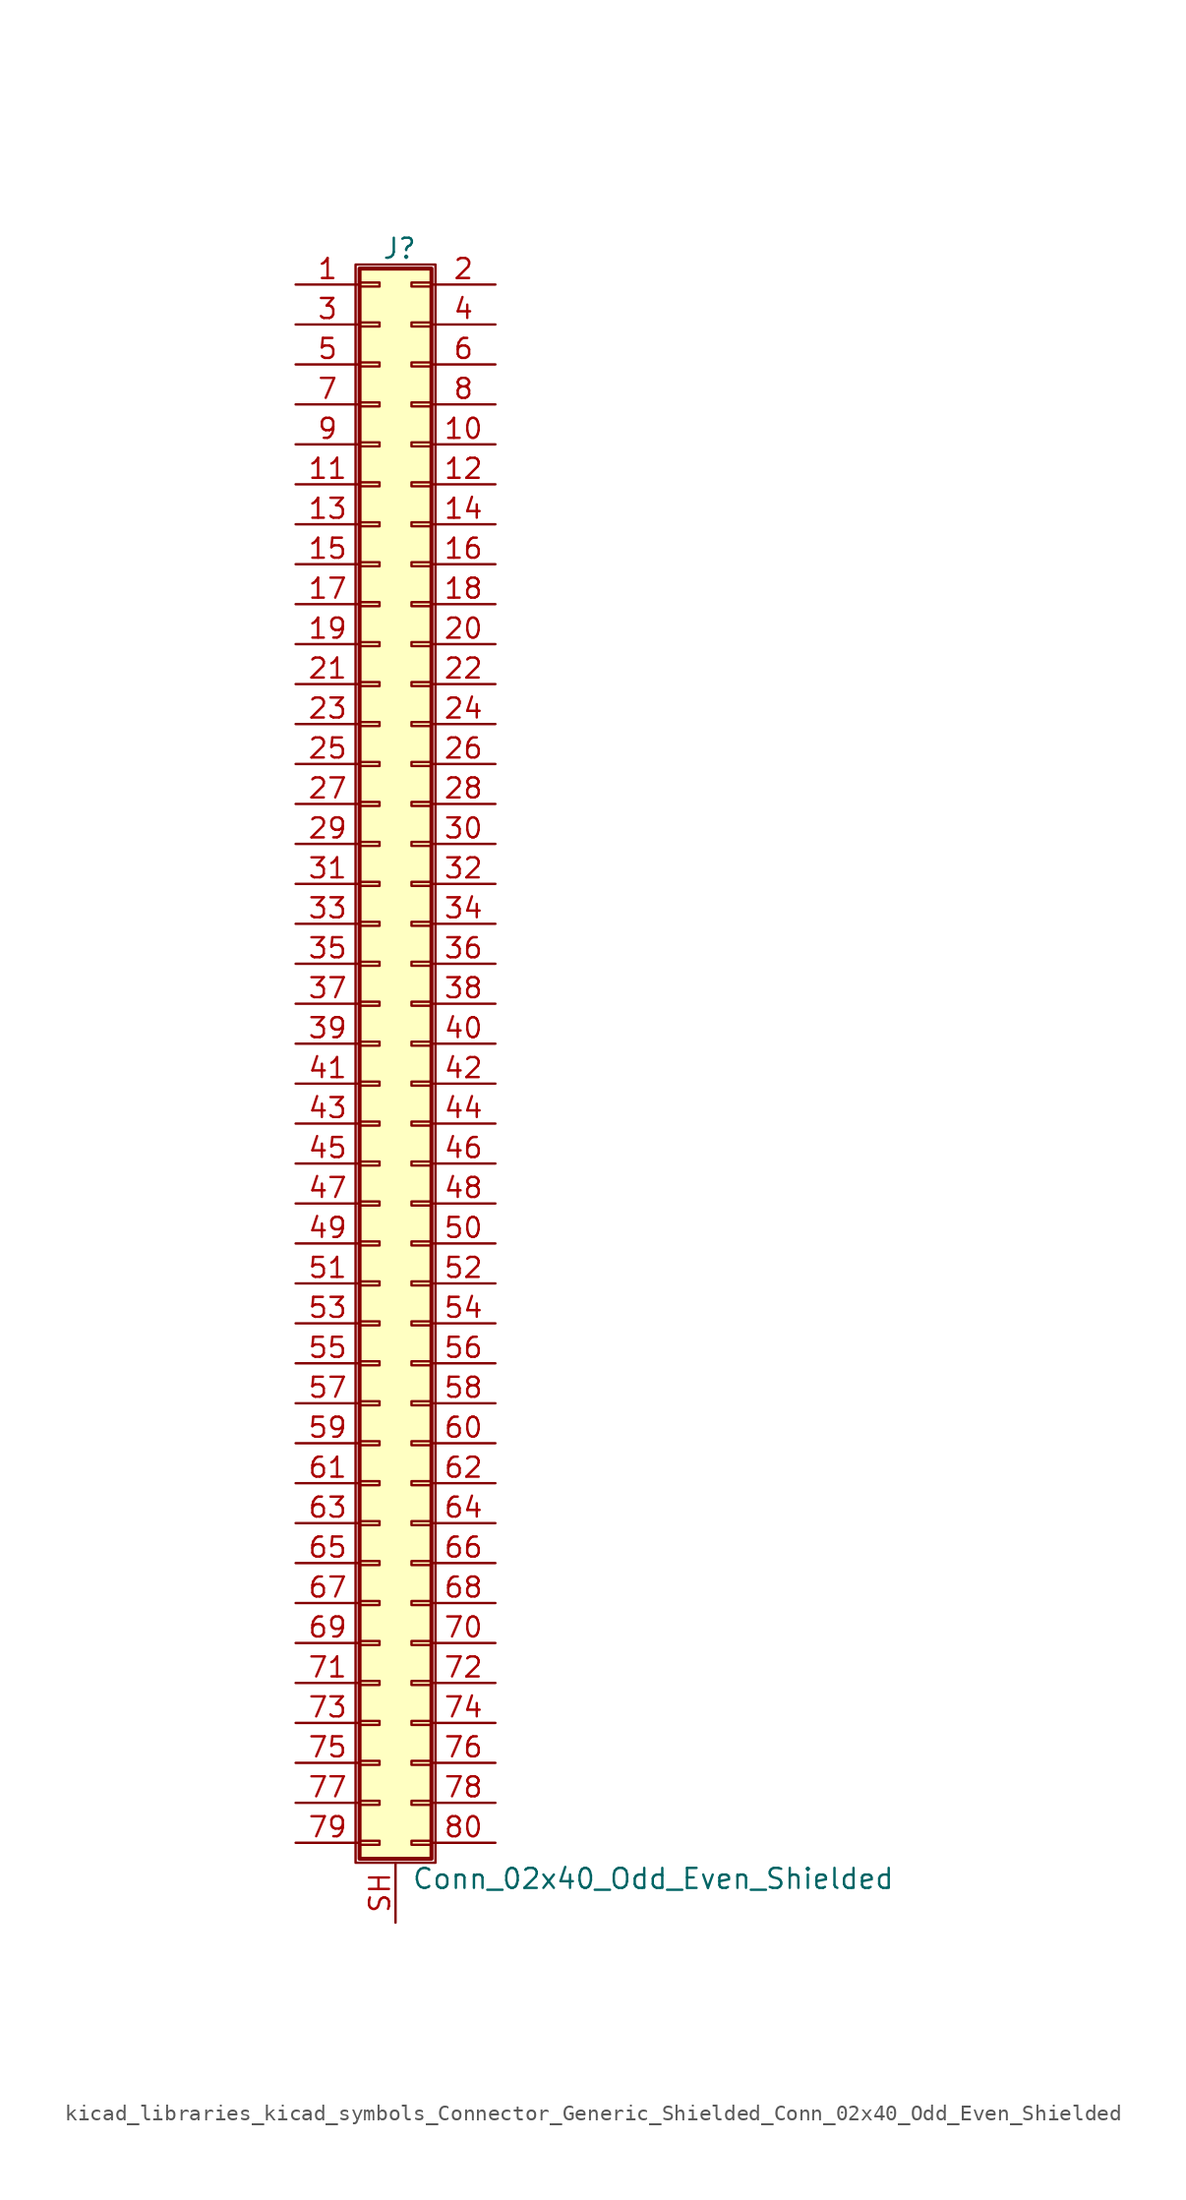
<source format=kicad_sym>
(kicad_symbol_lib
  (version 20220914)
  (generator kicad_symbol_editor)
  (symbol "kicad_libraries_kicad_symbols_Connector_Generic_Shielded_Conn_02x40_Odd_Even_Shielded"
    (pin_names
      (offset 1.016) hide)
    (property "Reference" "J"
      (at 1.524 50.546 0)
      (effects (font (size 1.27 1.27))))
    (property "Value" "Conn_02x40_Odd_Even_Shielded"
      (at 2.286 -53.086 0)
      (effects (font (size 1.27 1.27)) (justify left)))
    (symbol "kicad_libraries_kicad_symbols_Connector_Generic_Shielded_Conn_02x40_Odd_Even_Shielded_1_1"
      (rectangle (start -1.27 49.53) (end 3.81 -52.07) (stroke (width 0.152) (type default)) (fill (type none)))
      (rectangle (start -1.016 -50.673) (end 0.254 -50.927) (stroke (width 0.152) (type default)) (fill (type none)))
      (rectangle (start -1.016 -48.133) (end 0.254 -48.387) (stroke (width 0.152) (type default)) (fill (type none)))
      (rectangle (start -1.016 -45.593) (end 0.254 -45.847) (stroke (width 0.152) (type default)) (fill (type none)))
      (rectangle (start -1.016 -43.053) (end 0.254 -43.307) (stroke (width 0.152) (type default)) (fill (type none)))
      (rectangle (start -1.016 -40.513) (end 0.254 -40.767) (stroke (width 0.152) (type default)) (fill (type none)))
      (rectangle (start -1.016 -37.973) (end 0.254 -38.227) (stroke (width 0.152) (type default)) (fill (type none)))
      (rectangle (start -1.016 -35.433) (end 0.254 -35.687) (stroke (width 0.152) (type default)) (fill (type none)))
      (rectangle (start -1.016 -32.893) (end 0.254 -33.147) (stroke (width 0.152) (type default)) (fill (type none)))
      (rectangle (start -1.016 -30.353) (end 0.254 -30.607) (stroke (width 0.152) (type default)) (fill (type none)))
      (rectangle (start -1.016 -27.813) (end 0.254 -28.067) (stroke (width 0.152) (type default)) (fill (type none)))
      (rectangle (start -1.016 -25.273) (end 0.254 -25.527) (stroke (width 0.152) (type default)) (fill (type none)))
      (rectangle (start -1.016 -22.733) (end 0.254 -22.987) (stroke (width 0.152) (type default)) (fill (type none)))
      (rectangle (start -1.016 -20.193) (end 0.254 -20.447) (stroke (width 0.152) (type default)) (fill (type none)))
      (rectangle (start -1.016 -17.653) (end 0.254 -17.907) (stroke (width 0.152) (type default)) (fill (type none)))
      (rectangle (start -1.016 -15.113) (end 0.254 -15.367) (stroke (width 0.152) (type default)) (fill (type none)))
      (rectangle (start -1.016 -12.573) (end 0.254 -12.827) (stroke (width 0.152) (type default)) (fill (type none)))
      (rectangle (start -1.016 -10.033) (end 0.254 -10.287) (stroke (width 0.152) (type default)) (fill (type none)))
      (rectangle (start -1.016 -7.493) (end 0.254 -7.747) (stroke (width 0.152) (type default)) (fill (type none)))
      (rectangle (start -1.016 -4.953) (end 0.254 -5.207) (stroke (width 0.152) (type default)) (fill (type none)))
      (rectangle (start -1.016 -2.413) (end 0.254 -2.667) (stroke (width 0.152) (type default)) (fill (type none)))
      (rectangle (start -1.016 0.127) (end 0.254 -0.127) (stroke (width 0.152) (type default)) (fill (type none)))
      (rectangle (start -1.016 2.667) (end 0.254 2.413) (stroke (width 0.152) (type default)) (fill (type none)))
      (rectangle (start -1.016 5.207) (end 0.254 4.953) (stroke (width 0.152) (type default)) (fill (type none)))
      (rectangle (start -1.016 7.747) (end 0.254 7.493) (stroke (width 0.152) (type default)) (fill (type none)))
      (rectangle (start -1.016 10.287) (end 0.254 10.033) (stroke (width 0.152) (type default)) (fill (type none)))
      (rectangle (start -1.016 12.827) (end 0.254 12.573) (stroke (width 0.152) (type default)) (fill (type none)))
      (rectangle (start -1.016 15.367) (end 0.254 15.113) (stroke (width 0.152) (type default)) (fill (type none)))
      (rectangle (start -1.016 17.907) (end 0.254 17.653) (stroke (width 0.152) (type default)) (fill (type none)))
      (rectangle (start -1.016 20.447) (end 0.254 20.193) (stroke (width 0.152) (type default)) (fill (type none)))
      (rectangle (start -1.016 22.987) (end 0.254 22.733) (stroke (width 0.152) (type default)) (fill (type none)))
      (rectangle (start -1.016 25.527) (end 0.254 25.273) (stroke (width 0.152) (type default)) (fill (type none)))
      (rectangle (start -1.016 28.067) (end 0.254 27.813) (stroke (width 0.152) (type default)) (fill (type none)))
      (rectangle (start -1.016 30.607) (end 0.254 30.353) (stroke (width 0.152) (type default)) (fill (type none)))
      (rectangle (start -1.016 33.147) (end 0.254 32.893) (stroke (width 0.152) (type default)) (fill (type none)))
      (rectangle (start -1.016 35.687) (end 0.254 35.433) (stroke (width 0.152) (type default)) (fill (type none)))
      (rectangle (start -1.016 38.227) (end 0.254 37.973) (stroke (width 0.152) (type default)) (fill (type none)))
      (rectangle (start -1.016 40.767) (end 0.254 40.513) (stroke (width 0.152) (type default)) (fill (type none)))
      (rectangle (start -1.016 43.307) (end 0.254 43.053) (stroke (width 0.152) (type default)) (fill (type none)))
      (rectangle (start -1.016 45.847) (end 0.254 45.593) (stroke (width 0.152) (type default)) (fill (type none)))
      (rectangle (start -1.016 48.387) (end 0.254 48.133) (stroke (width 0.152) (type default)) (fill (type none)))
      (rectangle (start -1.016 49.276) (end 3.556 -51.816) (stroke (width 0.254) (type default)) (fill (type background)))
      (rectangle (start 3.556 -50.673) (end 2.286 -50.927) (stroke (width 0.152) (type default)) (fill (type none)))
      (rectangle (start 3.556 -48.133) (end 2.286 -48.387) (stroke (width 0.152) (type default)) (fill (type none)))
      (rectangle (start 3.556 -45.593) (end 2.286 -45.847) (stroke (width 0.152) (type default)) (fill (type none)))
      (rectangle (start 3.556 -43.053) (end 2.286 -43.307) (stroke (width 0.152) (type default)) (fill (type none)))
      (rectangle (start 3.556 -40.513) (end 2.286 -40.767) (stroke (width 0.152) (type default)) (fill (type none)))
      (rectangle (start 3.556 -37.973) (end 2.286 -38.227) (stroke (width 0.152) (type default)) (fill (type none)))
      (rectangle (start 3.556 -35.433) (end 2.286 -35.687) (stroke (width 0.152) (type default)) (fill (type none)))
      (rectangle (start 3.556 -32.893) (end 2.286 -33.147) (stroke (width 0.152) (type default)) (fill (type none)))
      (rectangle (start 3.556 -30.353) (end 2.286 -30.607) (stroke (width 0.152) (type default)) (fill (type none)))
      (rectangle (start 3.556 -27.813) (end 2.286 -28.067) (stroke (width 0.152) (type default)) (fill (type none)))
      (rectangle (start 3.556 -25.273) (end 2.286 -25.527) (stroke (width 0.152) (type default)) (fill (type none)))
      (rectangle (start 3.556 -22.733) (end 2.286 -22.987) (stroke (width 0.152) (type default)) (fill (type none)))
      (rectangle (start 3.556 -20.193) (end 2.286 -20.447) (stroke (width 0.152) (type default)) (fill (type none)))
      (rectangle (start 3.556 -17.653) (end 2.286 -17.907) (stroke (width 0.152) (type default)) (fill (type none)))
      (rectangle (start 3.556 -15.113) (end 2.286 -15.367) (stroke (width 0.152) (type default)) (fill (type none)))
      (rectangle (start 3.556 -12.573) (end 2.286 -12.827) (stroke (width 0.152) (type default)) (fill (type none)))
      (rectangle (start 3.556 -10.033) (end 2.286 -10.287) (stroke (width 0.152) (type default)) (fill (type none)))
      (rectangle (start 3.556 -7.493) (end 2.286 -7.747) (stroke (width 0.152) (type default)) (fill (type none)))
      (rectangle (start 3.556 -4.953) (end 2.286 -5.207) (stroke (width 0.152) (type default)) (fill (type none)))
      (rectangle (start 3.556 -2.413) (end 2.286 -2.667) (stroke (width 0.152) (type default)) (fill (type none)))
      (rectangle (start 3.556 0.127) (end 2.286 -0.127) (stroke (width 0.152) (type default)) (fill (type none)))
      (rectangle (start 3.556 2.667) (end 2.286 2.413) (stroke (width 0.152) (type default)) (fill (type none)))
      (rectangle (start 3.556 5.207) (end 2.286 4.953) (stroke (width 0.152) (type default)) (fill (type none)))
      (rectangle (start 3.556 7.747) (end 2.286 7.493) (stroke (width 0.152) (type default)) (fill (type none)))
      (rectangle (start 3.556 10.287) (end 2.286 10.033) (stroke (width 0.152) (type default)) (fill (type none)))
      (rectangle (start 3.556 12.827) (end 2.286 12.573) (stroke (width 0.152) (type default)) (fill (type none)))
      (rectangle (start 3.556 15.367) (end 2.286 15.113) (stroke (width 0.152) (type default)) (fill (type none)))
      (rectangle (start 3.556 17.907) (end 2.286 17.653) (stroke (width 0.152) (type default)) (fill (type none)))
      (rectangle (start 3.556 20.447) (end 2.286 20.193) (stroke (width 0.152) (type default)) (fill (type none)))
      (rectangle (start 3.556 22.987) (end 2.286 22.733) (stroke (width 0.152) (type default)) (fill (type none)))
      (rectangle (start 3.556 25.527) (end 2.286 25.273) (stroke (width 0.152) (type default)) (fill (type none)))
      (rectangle (start 3.556 28.067) (end 2.286 27.813) (stroke (width 0.152) (type default)) (fill (type none)))
      (rectangle (start 3.556 30.607) (end 2.286 30.353) (stroke (width 0.152) (type default)) (fill (type none)))
      (rectangle (start 3.556 33.147) (end 2.286 32.893) (stroke (width 0.152) (type default)) (fill (type none)))
      (rectangle (start 3.556 35.687) (end 2.286 35.433) (stroke (width 0.152) (type default)) (fill (type none)))
      (rectangle (start 3.556 38.227) (end 2.286 37.973) (stroke (width 0.152) (type default)) (fill (type none)))
      (rectangle (start 3.556 40.767) (end 2.286 40.513) (stroke (width 0.152) (type default)) (fill (type none)))
      (rectangle (start 3.556 43.307) (end 2.286 43.053) (stroke (width 0.152) (type default)) (fill (type none)))
      (rectangle (start 3.556 45.847) (end 2.286 45.593) (stroke (width 0.152) (type default)) (fill (type none)))
      (rectangle (start 3.556 48.387) (end 2.286 48.133) (stroke (width 0.152) (type default)) (fill (type none)))
      (pin passive line (at -5.08 48.26 0) (length 4.064) (name "Pin_1" (effects (font (size 1.27 1.27)))) (number "1" (effects (font (size 1.27 1.27)))))
      (pin passive line (at 7.62 38.1 180) (length 4.064) (name "Pin_10" (effects (font (size 1.27 1.27)))) (number "10" (effects (font (size 1.27 1.27)))))
      (pin passive line (at -5.08 35.56 0) (length 4.064) (name "Pin_11" (effects (font (size 1.27 1.27)))) (number "11" (effects (font (size 1.27 1.27)))))
      (pin passive line (at 7.62 35.56 180) (length 4.064) (name "Pin_12" (effects (font (size 1.27 1.27)))) (number "12" (effects (font (size 1.27 1.27)))))
      (pin passive line (at -5.08 33.02 0) (length 4.064) (name "Pin_13" (effects (font (size 1.27 1.27)))) (number "13" (effects (font (size 1.27 1.27)))))
      (pin passive line (at 7.62 33.02 180) (length 4.064) (name "Pin_14" (effects (font (size 1.27 1.27)))) (number "14" (effects (font (size 1.27 1.27)))))
      (pin passive line (at -5.08 30.48 0) (length 4.064) (name "Pin_15" (effects (font (size 1.27 1.27)))) (number "15" (effects (font (size 1.27 1.27)))))
      (pin passive line (at 7.62 30.48 180) (length 4.064) (name "Pin_16" (effects (font (size 1.27 1.27)))) (number "16" (effects (font (size 1.27 1.27)))))
      (pin passive line (at -5.08 27.94 0) (length 4.064) (name "Pin_17" (effects (font (size 1.27 1.27)))) (number "17" (effects (font (size 1.27 1.27)))))
      (pin passive line (at 7.62 27.94 180) (length 4.064) (name "Pin_18" (effects (font (size 1.27 1.27)))) (number "18" (effects (font (size 1.27 1.27)))))
      (pin passive line (at -5.08 25.4 0) (length 4.064) (name "Pin_19" (effects (font (size 1.27 1.27)))) (number "19" (effects (font (size 1.27 1.27)))))
      (pin passive line (at 7.62 48.26 180) (length 4.064) (name "Pin_2" (effects (font (size 1.27 1.27)))) (number "2" (effects (font (size 1.27 1.27)))))
      (pin passive line (at 7.62 25.4 180) (length 4.064) (name "Pin_20" (effects (font (size 1.27 1.27)))) (number "20" (effects (font (size 1.27 1.27)))))
      (pin passive line (at -5.08 22.86 0) (length 4.064) (name "Pin_21" (effects (font (size 1.27 1.27)))) (number "21" (effects (font (size 1.27 1.27)))))
      (pin passive line (at 7.62 22.86 180) (length 4.064) (name "Pin_22" (effects (font (size 1.27 1.27)))) (number "22" (effects (font (size 1.27 1.27)))))
      (pin passive line (at -5.08 20.32 0) (length 4.064) (name "Pin_23" (effects (font (size 1.27 1.27)))) (number "23" (effects (font (size 1.27 1.27)))))
      (pin passive line (at 7.62 20.32 180) (length 4.064) (name "Pin_24" (effects (font (size 1.27 1.27)))) (number "24" (effects (font (size 1.27 1.27)))))
      (pin passive line (at -5.08 17.78 0) (length 4.064) (name "Pin_25" (effects (font (size 1.27 1.27)))) (number "25" (effects (font (size 1.27 1.27)))))
      (pin passive line (at 7.62 17.78 180) (length 4.064) (name "Pin_26" (effects (font (size 1.27 1.27)))) (number "26" (effects (font (size 1.27 1.27)))))
      (pin passive line (at -5.08 15.24 0) (length 4.064) (name "Pin_27" (effects (font (size 1.27 1.27)))) (number "27" (effects (font (size 1.27 1.27)))))
      (pin passive line (at 7.62 15.24 180) (length 4.064) (name "Pin_28" (effects (font (size 1.27 1.27)))) (number "28" (effects (font (size 1.27 1.27)))))
      (pin passive line (at -5.08 12.7 0) (length 4.064) (name "Pin_29" (effects (font (size 1.27 1.27)))) (number "29" (effects (font (size 1.27 1.27)))))
      (pin passive line (at -5.08 45.72 0) (length 4.064) (name "Pin_3" (effects (font (size 1.27 1.27)))) (number "3" (effects (font (size 1.27 1.27)))))
      (pin passive line (at 7.62 12.7 180) (length 4.064) (name "Pin_30" (effects (font (size 1.27 1.27)))) (number "30" (effects (font (size 1.27 1.27)))))
      (pin passive line (at -5.08 10.16 0) (length 4.064) (name "Pin_31" (effects (font (size 1.27 1.27)))) (number "31" (effects (font (size 1.27 1.27)))))
      (pin passive line (at 7.62 10.16 180) (length 4.064) (name "Pin_32" (effects (font (size 1.27 1.27)))) (number "32" (effects (font (size 1.27 1.27)))))
      (pin passive line (at -5.08 7.62 0) (length 4.064) (name "Pin_33" (effects (font (size 1.27 1.27)))) (number "33" (effects (font (size 1.27 1.27)))))
      (pin passive line (at 7.62 7.62 180) (length 4.064) (name "Pin_34" (effects (font (size 1.27 1.27)))) (number "34" (effects (font (size 1.27 1.27)))))
      (pin passive line (at -5.08 5.08 0) (length 4.064) (name "Pin_35" (effects (font (size 1.27 1.27)))) (number "35" (effects (font (size 1.27 1.27)))))
      (pin passive line (at 7.62 5.08 180) (length 4.064) (name "Pin_36" (effects (font (size 1.27 1.27)))) (number "36" (effects (font (size 1.27 1.27)))))
      (pin passive line (at -5.08 2.54 0) (length 4.064) (name "Pin_37" (effects (font (size 1.27 1.27)))) (number "37" (effects (font (size 1.27 1.27)))))
      (pin passive line (at 7.62 2.54 180) (length 4.064) (name "Pin_38" (effects (font (size 1.27 1.27)))) (number "38" (effects (font (size 1.27 1.27)))))
      (pin passive line (at -5.08 0 0) (length 4.064) (name "Pin_39" (effects (font (size 1.27 1.27)))) (number "39" (effects (font (size 1.27 1.27)))))
      (pin passive line (at 7.62 45.72 180) (length 4.064) (name "Pin_4" (effects (font (size 1.27 1.27)))) (number "4" (effects (font (size 1.27 1.27)))))
      (pin passive line (at 7.62 0 180) (length 4.064) (name "Pin_40" (effects (font (size 1.27 1.27)))) (number "40" (effects (font (size 1.27 1.27)))))
      (pin passive line (at -5.08 -2.54 0) (length 4.064) (name "Pin_41" (effects (font (size 1.27 1.27)))) (number "41" (effects (font (size 1.27 1.27)))))
      (pin passive line (at 7.62 -2.54 180) (length 4.064) (name "Pin_42" (effects (font (size 1.27 1.27)))) (number "42" (effects (font (size 1.27 1.27)))))
      (pin passive line (at -5.08 -5.08 0) (length 4.064) (name "Pin_43" (effects (font (size 1.27 1.27)))) (number "43" (effects (font (size 1.27 1.27)))))
      (pin passive line (at 7.62 -5.08 180) (length 4.064) (name "Pin_44" (effects (font (size 1.27 1.27)))) (number "44" (effects (font (size 1.27 1.27)))))
      (pin passive line (at -5.08 -7.62 0) (length 4.064) (name "Pin_45" (effects (font (size 1.27 1.27)))) (number "45" (effects (font (size 1.27 1.27)))))
      (pin passive line (at 7.62 -7.62 180) (length 4.064) (name "Pin_46" (effects (font (size 1.27 1.27)))) (number "46" (effects (font (size 1.27 1.27)))))
      (pin passive line (at -5.08 -10.16 0) (length 4.064) (name "Pin_47" (effects (font (size 1.27 1.27)))) (number "47" (effects (font (size 1.27 1.27)))))
      (pin passive line (at 7.62 -10.16 180) (length 4.064) (name "Pin_48" (effects (font (size 1.27 1.27)))) (number "48" (effects (font (size 1.27 1.27)))))
      (pin passive line (at -5.08 -12.7 0) (length 4.064) (name "Pin_49" (effects (font (size 1.27 1.27)))) (number "49" (effects (font (size 1.27 1.27)))))
      (pin passive line (at -5.08 43.18 0) (length 4.064) (name "Pin_5" (effects (font (size 1.27 1.27)))) (number "5" (effects (font (size 1.27 1.27)))))
      (pin passive line (at 7.62 -12.7 180) (length 4.064) (name "Pin_50" (effects (font (size 1.27 1.27)))) (number "50" (effects (font (size 1.27 1.27)))))
      (pin passive line (at -5.08 -15.24 0) (length 4.064) (name "Pin_51" (effects (font (size 1.27 1.27)))) (number "51" (effects (font (size 1.27 1.27)))))
      (pin passive line (at 7.62 -15.24 180) (length 4.064) (name "Pin_52" (effects (font (size 1.27 1.27)))) (number "52" (effects (font (size 1.27 1.27)))))
      (pin passive line (at -5.08 -17.78 0) (length 4.064) (name "Pin_53" (effects (font (size 1.27 1.27)))) (number "53" (effects (font (size 1.27 1.27)))))
      (pin passive line (at 7.62 -17.78 180) (length 4.064) (name "Pin_54" (effects (font (size 1.27 1.27)))) (number "54" (effects (font (size 1.27 1.27)))))
      (pin passive line (at -5.08 -20.32 0) (length 4.064) (name "Pin_55" (effects (font (size 1.27 1.27)))) (number "55" (effects (font (size 1.27 1.27)))))
      (pin passive line (at 7.62 -20.32 180) (length 4.064) (name "Pin_56" (effects (font (size 1.27 1.27)))) (number "56" (effects (font (size 1.27 1.27)))))
      (pin passive line (at -5.08 -22.86 0) (length 4.064) (name "Pin_57" (effects (font (size 1.27 1.27)))) (number "57" (effects (font (size 1.27 1.27)))))
      (pin passive line (at 7.62 -22.86 180) (length 4.064) (name "Pin_58" (effects (font (size 1.27 1.27)))) (number "58" (effects (font (size 1.27 1.27)))))
      (pin passive line (at -5.08 -25.4 0) (length 4.064) (name "Pin_59" (effects (font (size 1.27 1.27)))) (number "59" (effects (font (size 1.27 1.27)))))
      (pin passive line (at 7.62 43.18 180) (length 4.064) (name "Pin_6" (effects (font (size 1.27 1.27)))) (number "6" (effects (font (size 1.27 1.27)))))
      (pin passive line (at 7.62 -25.4 180) (length 4.064) (name "Pin_60" (effects (font (size 1.27 1.27)))) (number "60" (effects (font (size 1.27 1.27)))))
      (pin passive line (at -5.08 -27.94 0) (length 4.064) (name "Pin_61" (effects (font (size 1.27 1.27)))) (number "61" (effects (font (size 1.27 1.27)))))
      (pin passive line (at 7.62 -27.94 180) (length 4.064) (name "Pin_62" (effects (font (size 1.27 1.27)))) (number "62" (effects (font (size 1.27 1.27)))))
      (pin passive line (at -5.08 -30.48 0) (length 4.064) (name "Pin_63" (effects (font (size 1.27 1.27)))) (number "63" (effects (font (size 1.27 1.27)))))
      (pin passive line (at 7.62 -30.48 180) (length 4.064) (name "Pin_64" (effects (font (size 1.27 1.27)))) (number "64" (effects (font (size 1.27 1.27)))))
      (pin passive line (at -5.08 -33.02 0) (length 4.064) (name "Pin_65" (effects (font (size 1.27 1.27)))) (number "65" (effects (font (size 1.27 1.27)))))
      (pin passive line (at 7.62 -33.02 180) (length 4.064) (name "Pin_66" (effects (font (size 1.27 1.27)))) (number "66" (effects (font (size 1.27 1.27)))))
      (pin passive line (at -5.08 -35.56 0) (length 4.064) (name "Pin_67" (effects (font (size 1.27 1.27)))) (number "67" (effects (font (size 1.27 1.27)))))
      (pin passive line (at 7.62 -35.56 180) (length 4.064) (name "Pin_68" (effects (font (size 1.27 1.27)))) (number "68" (effects (font (size 1.27 1.27)))))
      (pin passive line (at -5.08 -38.1 0) (length 4.064) (name "Pin_69" (effects (font (size 1.27 1.27)))) (number "69" (effects (font (size 1.27 1.27)))))
      (pin passive line (at -5.08 40.64 0) (length 4.064) (name "Pin_7" (effects (font (size 1.27 1.27)))) (number "7" (effects (font (size 1.27 1.27)))))
      (pin passive line (at 7.62 -38.1 180) (length 4.064) (name "Pin_70" (effects (font (size 1.27 1.27)))) (number "70" (effects (font (size 1.27 1.27)))))
      (pin passive line (at -5.08 -40.64 0) (length 4.064) (name "Pin_71" (effects (font (size 1.27 1.27)))) (number "71" (effects (font (size 1.27 1.27)))))
      (pin passive line (at 7.62 -40.64 180) (length 4.064) (name "Pin_72" (effects (font (size 1.27 1.27)))) (number "72" (effects (font (size 1.27 1.27)))))
      (pin passive line (at -5.08 -43.18 0) (length 4.064) (name "Pin_73" (effects (font (size 1.27 1.27)))) (number "73" (effects (font (size 1.27 1.27)))))
      (pin passive line (at 7.62 -43.18 180) (length 4.064) (name "Pin_74" (effects (font (size 1.27 1.27)))) (number "74" (effects (font (size 1.27 1.27)))))
      (pin passive line (at -5.08 -45.72 0) (length 4.064) (name "Pin_75" (effects (font (size 1.27 1.27)))) (number "75" (effects (font (size 1.27 1.27)))))
      (pin passive line (at 7.62 -45.72 180) (length 4.064) (name "Pin_76" (effects (font (size 1.27 1.27)))) (number "76" (effects (font (size 1.27 1.27)))))
      (pin passive line (at -5.08 -48.26 0) (length 4.064) (name "Pin_77" (effects (font (size 1.27 1.27)))) (number "77" (effects (font (size 1.27 1.27)))))
      (pin passive line (at 7.62 -48.26 180) (length 4.064) (name "Pin_78" (effects (font (size 1.27 1.27)))) (number "78" (effects (font (size 1.27 1.27)))))
      (pin passive line (at -5.08 -50.8 0) (length 4.064) (name "Pin_79" (effects (font (size 1.27 1.27)))) (number "79" (effects (font (size 1.27 1.27)))))
      (pin passive line (at 7.62 40.64 180) (length 4.064) (name "Pin_8" (effects (font (size 1.27 1.27)))) (number "8" (effects (font (size 1.27 1.27)))))
      (pin passive line (at 7.62 -50.8 180) (length 4.064) (name "Pin_80" (effects (font (size 1.27 1.27)))) (number "80" (effects (font (size 1.27 1.27)))))
      (pin passive line (at -5.08 38.1 0) (length 4.064) (name "Pin_9" (effects (font (size 1.27 1.27)))) (number "9" (effects (font (size 1.27 1.27)))))
      (pin passive line (at 1.27 -55.88 90) (length 3.81) (name "Shield" (effects (font (size 1.27 1.27)))) (number "SH" (effects (font (size 1.27 1.27))))))))
</source>
